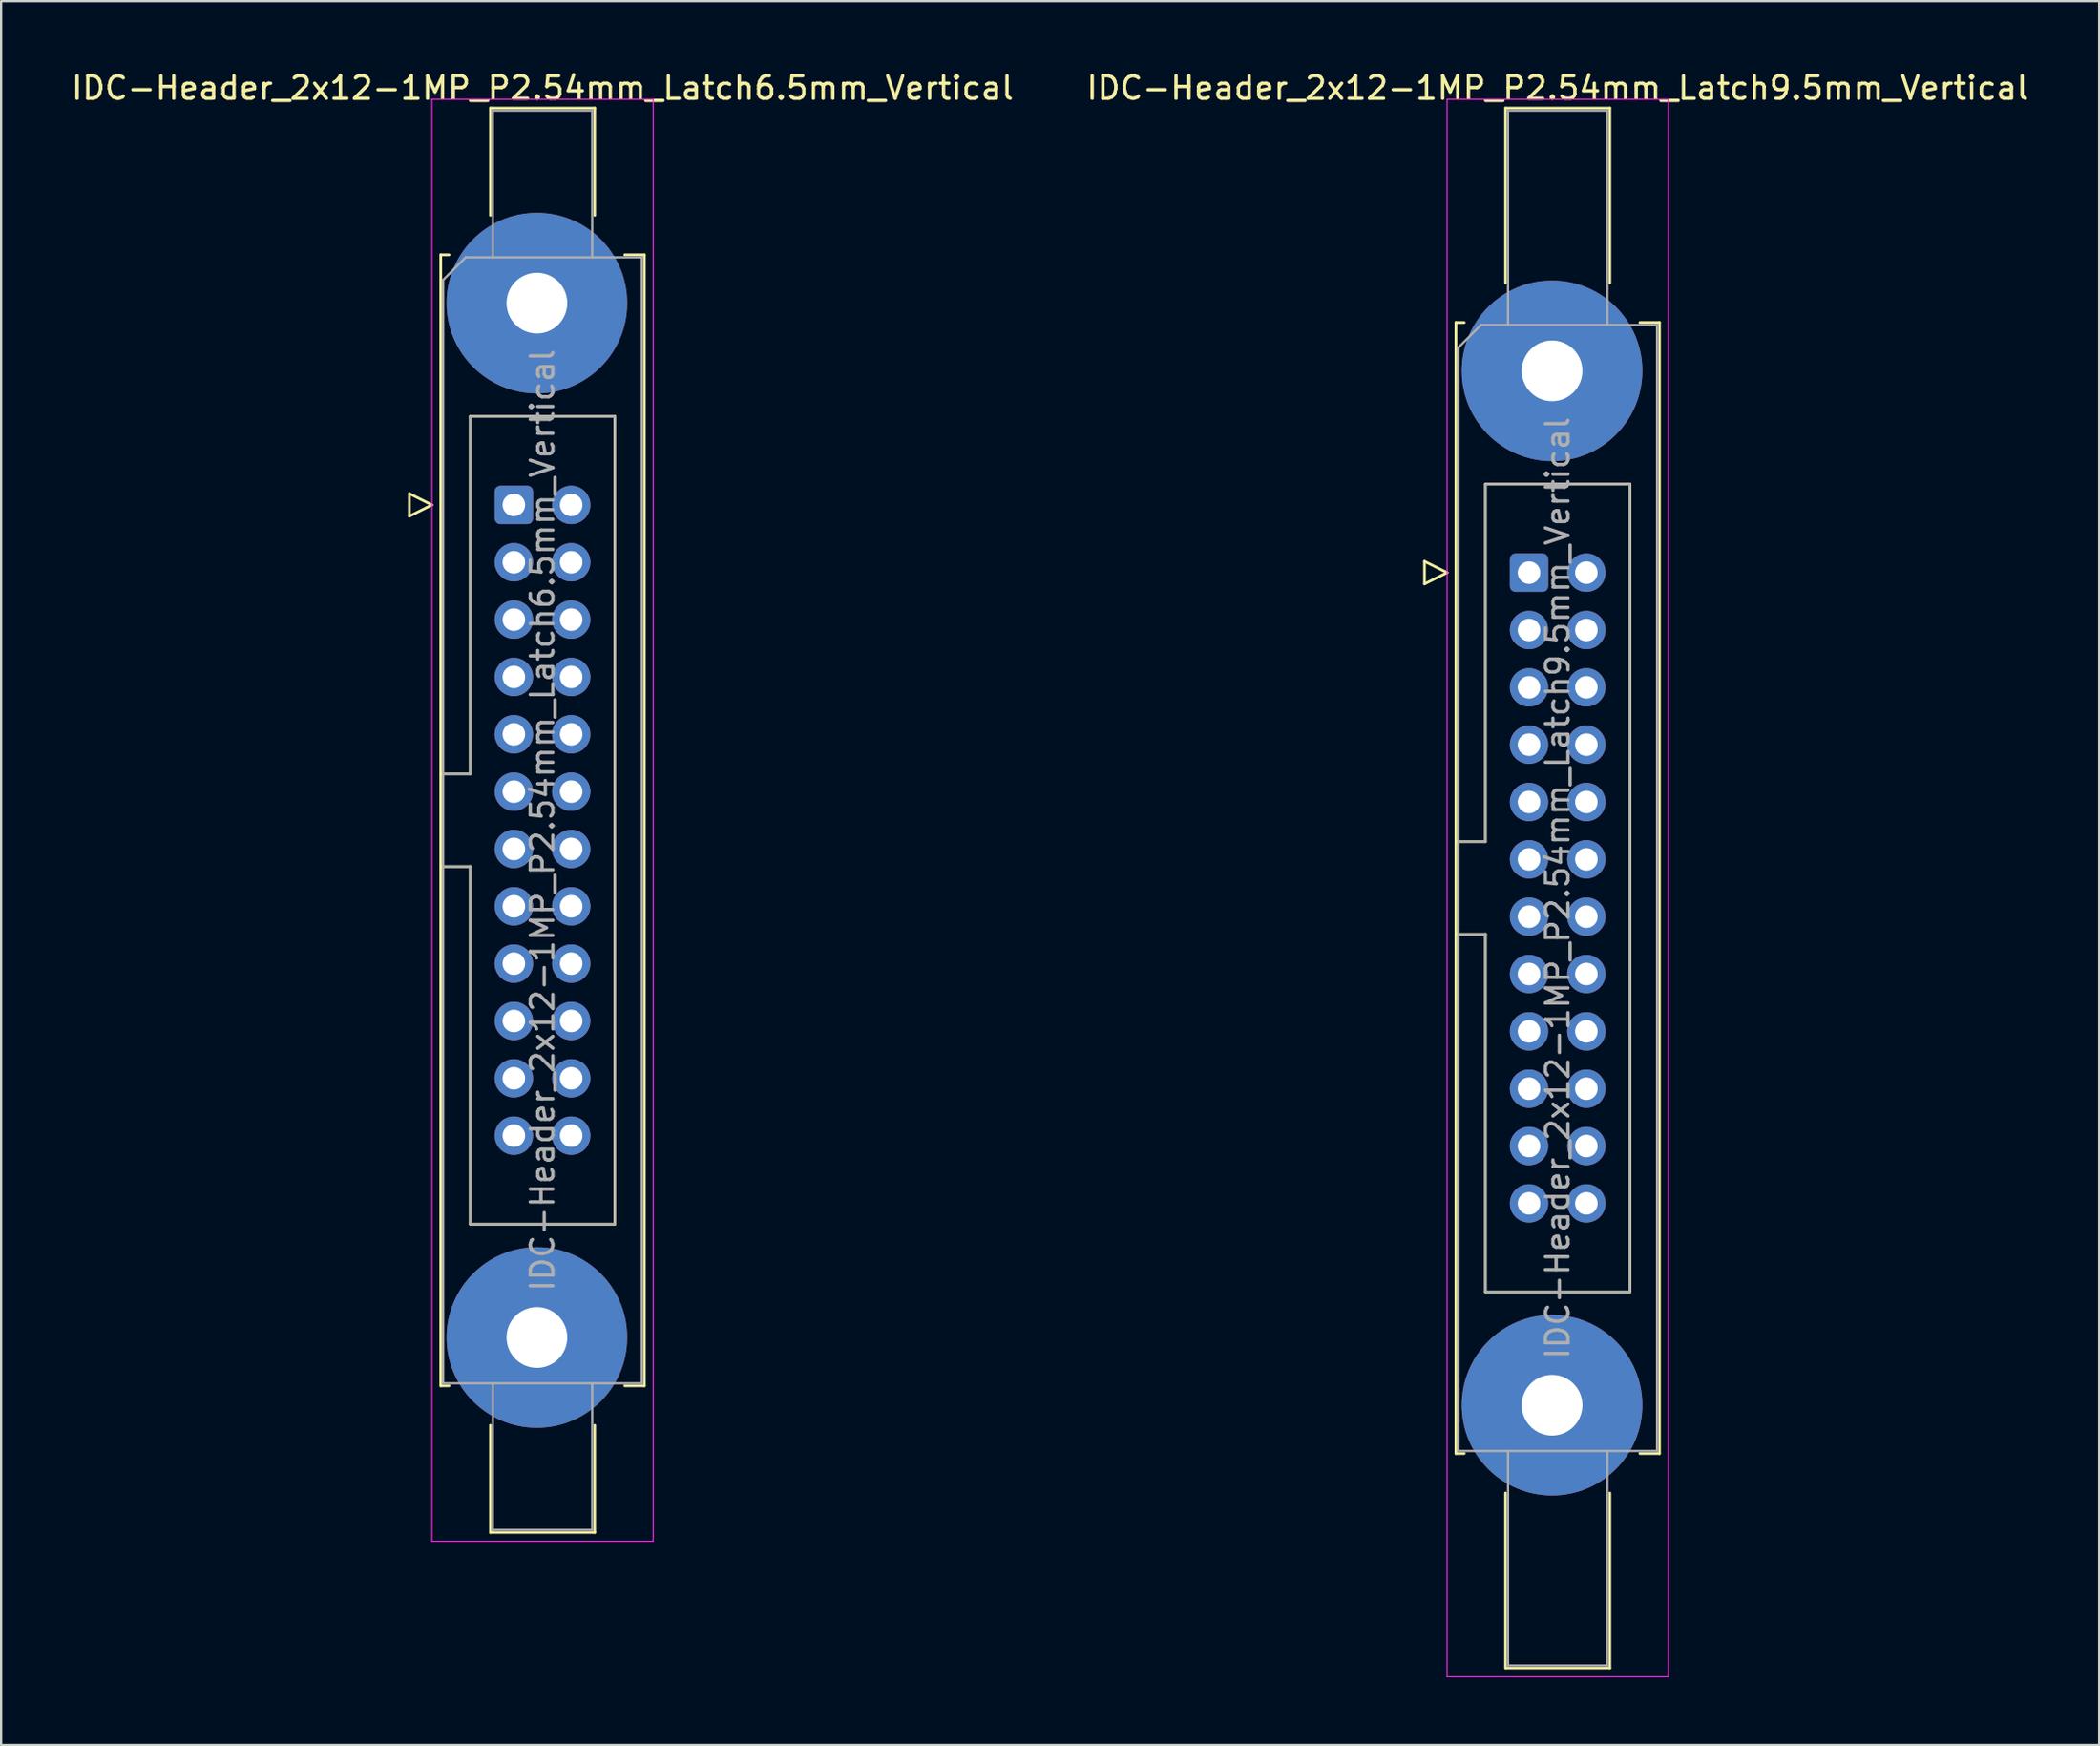
<source format=kicad_pcb>
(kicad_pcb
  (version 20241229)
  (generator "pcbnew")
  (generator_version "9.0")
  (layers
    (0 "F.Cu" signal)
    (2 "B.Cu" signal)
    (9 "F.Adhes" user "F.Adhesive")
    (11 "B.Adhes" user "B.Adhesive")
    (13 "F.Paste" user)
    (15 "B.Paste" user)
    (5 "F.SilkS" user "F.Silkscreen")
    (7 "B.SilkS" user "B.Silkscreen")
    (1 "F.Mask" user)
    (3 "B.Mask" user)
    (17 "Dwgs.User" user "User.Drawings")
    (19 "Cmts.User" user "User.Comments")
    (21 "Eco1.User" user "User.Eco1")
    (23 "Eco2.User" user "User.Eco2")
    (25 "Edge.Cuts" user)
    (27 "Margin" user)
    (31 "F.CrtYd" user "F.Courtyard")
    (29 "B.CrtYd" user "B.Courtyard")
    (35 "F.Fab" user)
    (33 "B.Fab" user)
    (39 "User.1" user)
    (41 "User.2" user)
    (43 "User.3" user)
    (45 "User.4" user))
  (footprint "IDC-Header_2x12-1MP_P2.54mm_Latch9.5mm_Vertical"
    (layer "F.Cu")
    (at 64.676 22.318)
    (property "Reference" "IDC-Header_2x12-1MP_P2.54mm_Latch9.5mm_Vertical" (at 1.27 -21.47 0) (layer "F.SilkS") (effects (font (size 1 1) (thickness 0.15))))
    (attr through_hole)
    (fp_line (start -4.63 -0.5) (end -4.63 0.5) (stroke (width 0.12) (type solid)) (layer "F.SilkS"))
    (fp_line (start -4.63 0.5) (end -3.63 0) (stroke (width 0.12) (type solid)) (layer "F.SilkS"))
    (fp_line (start -3.63 0) (end -4.63 -0.5) (stroke (width 0.12) (type solid)) (layer "F.SilkS"))
    (fp_line (start -3.24 -11.08) (end -3.24 39.02) (stroke (width 0.12) (type solid)) (layer "F.SilkS"))
    (fp_line (start -3.24 11.92) (end -1.93 11.92) (stroke (width 0.12) (type solid)) (layer "F.SilkS"))
    (fp_line (start -3.24 39.02) (end -2.87 39.02) (stroke (width 0.12) (type solid)) (layer "F.SilkS"))
    (fp_line (start -2.87 -11.08) (end -3.24 -11.08) (stroke (width 0.12) (type solid)) (layer "F.SilkS"))
    (fp_line (start -1.93 -3.92) (end 4.47 -3.92) (stroke (width 0.12) (type solid)) (layer "F.SilkS"))
    (fp_line (start -1.93 11.92) (end -1.93 -3.92) (stroke (width 0.12) (type solid)) (layer "F.SilkS"))
    (fp_line (start -1.93 16.02) (end -3.24 16.02) (stroke (width 0.12) (type solid)) (layer "F.SilkS"))
    (fp_line (start -1.93 16.02) (end -1.93 16.02) (stroke (width 0.12) (type solid)) (layer "F.SilkS"))
    (fp_line (start -1.93 31.86) (end -1.93 16.02) (stroke (width 0.12) (type solid)) (layer "F.SilkS"))
    (fp_line (start -1.04 -20.58) (end 3.58 -20.58) (stroke (width 0.12) (type solid)) (layer "F.SilkS"))
    (fp_line (start -1.04 -12.83) (end -1.04 -20.58) (stroke (width 0.12) (type solid)) (layer "F.SilkS"))
    (fp_line (start -1.04 40.77) (end -1.04 48.52) (stroke (width 0.12) (type solid)) (layer "F.SilkS"))
    (fp_line (start -1.04 48.52) (end 3.58 48.52) (stroke (width 0.12) (type solid)) (layer "F.SilkS"))
    (fp_line (start 3.58 -20.58) (end 3.58 -12.83) (stroke (width 0.12) (type solid)) (layer "F.SilkS"))
    (fp_line (start 3.58 48.52) (end 3.58 40.77) (stroke (width 0.12) (type solid)) (layer "F.SilkS"))
    (fp_line (start 4.47 -3.92) (end 4.47 31.86) (stroke (width 0.12) (type solid)) (layer "F.SilkS"))
    (fp_line (start 4.47 31.86) (end -1.93 31.86) (stroke (width 0.12) (type solid)) (layer "F.SilkS"))
    (fp_line (start 4.91 -11.08) (end 5.78 -11.08) (stroke (width 0.12) (type solid)) (layer "F.SilkS"))
    (fp_line (start 5.78 -11.08) (end 5.78 39.02) (stroke (width 0.12) (type solid)) (layer "F.SilkS"))
    (fp_line (start 5.78 39.02) (end 4.91 39.02) (stroke (width 0.12) (type solid)) (layer "F.SilkS"))
    (fp_line (start -3.63 -20.97) (end -3.63 48.91) (stroke (width 0.05) (type solid)) (layer "F.CrtYd"))
    (fp_line (start -3.63 48.91) (end 6.17 48.91) (stroke (width 0.05) (type solid)) (layer "F.CrtYd"))
    (fp_line (start 6.17 -20.97) (end -3.63 -20.97) (stroke (width 0.05) (type solid)) (layer "F.CrtYd"))
    (fp_line (start 6.17 48.91) (end 6.17 -20.97) (stroke (width 0.05) (type solid)) (layer "F.CrtYd"))
    (fp_line (start -3.13 -9.97) (end -2.13 -10.97) (stroke (width 0.1) (type solid)) (layer "F.Fab"))
    (fp_line (start -3.13 11.92) (end -1.93 11.92) (stroke (width 0.1) (type solid)) (layer "F.Fab"))
    (fp_line (start -3.13 38.91) (end -3.13 -9.97) (stroke (width 0.1) (type solid)) (layer "F.Fab"))
    (fp_line (start -2.13 -10.97) (end 5.67 -10.97) (stroke (width 0.1) (type solid)) (layer "F.Fab"))
    (fp_line (start -1.93 -3.92) (end 4.47 -3.92) (stroke (width 0.1) (type solid)) (layer "F.Fab"))
    (fp_line (start -1.93 11.92) (end -1.93 -3.92) (stroke (width 0.1) (type solid)) (layer "F.Fab"))
    (fp_line (start -1.93 16.02) (end -3.13 16.02) (stroke (width 0.1) (type solid)) (layer "F.Fab"))
    (fp_line (start -1.93 16.02) (end -1.93 16.02) (stroke (width 0.1) (type solid)) (layer "F.Fab"))
    (fp_line (start -1.93 31.86) (end -1.93 16.02) (stroke (width 0.1) (type solid)) (layer "F.Fab"))
    (fp_line (start -0.93 -20.47) (end 3.47 -20.47) (stroke (width 0.1) (type solid)) (layer "F.Fab"))
    (fp_line (start -0.93 -10.97) (end -0.93 -20.47) (stroke (width 0.1) (type solid)) (layer "F.Fab"))
    (fp_line (start -0.93 38.91) (end -0.93 48.41) (stroke (width 0.1) (type solid)) (layer "F.Fab"))
    (fp_line (start -0.93 48.41) (end 3.47 48.41) (stroke (width 0.1) (type solid)) (layer "F.Fab"))
    (fp_line (start 3.47 -20.47) (end 3.47 -10.97) (stroke (width 0.1) (type solid)) (layer "F.Fab"))
    (fp_line (start 3.47 48.41) (end 3.47 38.91) (stroke (width 0.1) (type solid)) (layer "F.Fab"))
    (fp_line (start 4.47 -3.92) (end 4.47 31.86) (stroke (width 0.1) (type solid)) (layer "F.Fab"))
    (fp_line (start 4.47 31.86) (end -1.93 31.86) (stroke (width 0.1) (type solid)) (layer "F.Fab"))
    (fp_line (start 5.67 -10.97) (end 5.67 38.91) (stroke (width 0.1) (type solid)) (layer "F.Fab"))
    (fp_line (start 5.67 38.91) (end -3.13 38.91) (stroke (width 0.1) (type solid)) (layer "F.Fab"))
    (fp_text user "${REFERENCE}" (at 1.27 13.97 90) (layer "F.Fab") (effects (font (size 1 1) (thickness 0.15))))
    (pad "1" thru_hole roundrect (at 0 0) (size 1.7 1.7) (drill 1) (layers "*.Cu" "*.Mask") (roundrect_rratio 0.147))
    (pad "2" thru_hole circle (at 2.54 0) (size 1.7 1.7) (drill 1) (layers "*.Cu" "*.Mask"))
    (pad "3" thru_hole circle (at 0 2.54) (size 1.7 1.7) (drill 1) (layers "*.Cu" "*.Mask"))
    (pad "4" thru_hole circle (at 2.54 2.54) (size 1.7 1.7) (drill 1) (layers "*.Cu" "*.Mask"))
    (pad "5" thru_hole circle (at 0 5.08) (size 1.7 1.7) (drill 1) (layers "*.Cu" "*.Mask"))
    (pad "6" thru_hole circle (at 2.54 5.08) (size 1.7 1.7) (drill 1) (layers "*.Cu" "*.Mask"))
    (pad "7" thru_hole circle (at 0 7.62) (size 1.7 1.7) (drill 1) (layers "*.Cu" "*.Mask"))
    (pad "8" thru_hole circle (at 2.54 7.62) (size 1.7 1.7) (drill 1) (layers "*.Cu" "*.Mask"))
    (pad "9" thru_hole circle (at 0 10.16) (size 1.7 1.7) (drill 1) (layers "*.Cu" "*.Mask"))
    (pad "10" thru_hole circle (at 2.54 10.16) (size 1.7 1.7) (drill 1) (layers "*.Cu" "*.Mask"))
    (pad "11" thru_hole circle (at 0 12.7) (size 1.7 1.7) (drill 1) (layers "*.Cu" "*.Mask"))
    (pad "12" thru_hole circle (at 2.54 12.7) (size 1.7 1.7) (drill 1) (layers "*.Cu" "*.Mask"))
    (pad "13" thru_hole circle (at 0 15.24) (size 1.7 1.7) (drill 1) (layers "*.Cu" "*.Mask"))
    (pad "14" thru_hole circle (at 2.54 15.24) (size 1.7 1.7) (drill 1) (layers "*.Cu" "*.Mask"))
    (pad "15" thru_hole circle (at 0 17.78) (size 1.7 1.7) (drill 1) (layers "*.Cu" "*.Mask"))
    (pad "16" thru_hole circle (at 2.54 17.78) (size 1.7 1.7) (drill 1) (layers "*.Cu" "*.Mask"))
    (pad "17" thru_hole circle (at 0 20.32) (size 1.7 1.7) (drill 1) (layers "*.Cu" "*.Mask"))
    (pad "18" thru_hole circle (at 2.54 20.32) (size 1.7 1.7) (drill 1) (layers "*.Cu" "*.Mask"))
    (pad "19" thru_hole circle (at 0 22.86) (size 1.7 1.7) (drill 1) (layers "*.Cu" "*.Mask"))
    (pad "20" thru_hole circle (at 2.54 22.86) (size 1.7 1.7) (drill 1) (layers "*.Cu" "*.Mask"))
    (pad "21" thru_hole circle (at 0 25.4) (size 1.7 1.7) (drill 1) (layers "*.Cu" "*.Mask"))
    (pad "22" thru_hole circle (at 2.54 25.4) (size 1.7 1.7) (drill 1) (layers "*.Cu" "*.Mask"))
    (pad "23" thru_hole circle (at 0 27.94) (size 1.7 1.7) (drill 1) (layers "*.Cu" "*.Mask"))
    (pad "24" thru_hole circle (at 2.54 27.94) (size 1.7 1.7) (drill 1) (layers "*.Cu" "*.Mask"))
    (pad "MP" thru_hole circle (at 1.02 -8.94) (size 8 8) (drill 2.69) (layers "*.Cu" "*.Mask"))
    (pad "MP" thru_hole circle (at 1.02 36.88) (size 8 8) (drill 2.69) (layers "*.Cu" "*.Mask")))
  (footprint "IDC-Header_2x12-1MP_P2.54mm_Latch6.5mm_Vertical"
    (layer "F.Cu")
    (at 19.712 19.318)
    (property "Reference" "IDC-Header_2x12-1MP_P2.54mm_Latch6.5mm_Vertical" (at 1.27 -18.47 0) (layer "F.SilkS") (effects (font (size 1 1) (thickness 0.15))))
    (attr through_hole)
    (fp_line (start -4.63 -0.5) (end -4.63 0.5) (stroke (width 0.12) (type solid)) (layer "F.SilkS"))
    (fp_line (start -4.63 0.5) (end -3.63 0) (stroke (width 0.12) (type solid)) (layer "F.SilkS"))
    (fp_line (start -3.63 0) (end -4.63 -0.5) (stroke (width 0.12) (type solid)) (layer "F.SilkS"))
    (fp_line (start -3.24 -11.08) (end -3.24 39.02) (stroke (width 0.12) (type solid)) (layer "F.SilkS"))
    (fp_line (start -3.24 11.92) (end -1.93 11.92) (stroke (width 0.12) (type solid)) (layer "F.SilkS"))
    (fp_line (start -3.24 39.02) (end -2.87 39.02) (stroke (width 0.12) (type solid)) (layer "F.SilkS"))
    (fp_line (start -2.87 -11.08) (end -3.24 -11.08) (stroke (width 0.12) (type solid)) (layer "F.SilkS"))
    (fp_line (start -1.93 -3.92) (end 4.47 -3.92) (stroke (width 0.12) (type solid)) (layer "F.SilkS"))
    (fp_line (start -1.93 11.92) (end -1.93 -3.92) (stroke (width 0.12) (type solid)) (layer "F.SilkS"))
    (fp_line (start -1.93 16.02) (end -3.24 16.02) (stroke (width 0.12) (type solid)) (layer "F.SilkS"))
    (fp_line (start -1.93 16.02) (end -1.93 16.02) (stroke (width 0.12) (type solid)) (layer "F.SilkS"))
    (fp_line (start -1.93 31.86) (end -1.93 16.02) (stroke (width 0.12) (type solid)) (layer "F.SilkS"))
    (fp_line (start -1.04 -17.58) (end 3.58 -17.58) (stroke (width 0.12) (type solid)) (layer "F.SilkS"))
    (fp_line (start -1.04 -12.83) (end -1.04 -17.58) (stroke (width 0.12) (type solid)) (layer "F.SilkS"))
    (fp_line (start -1.04 40.77) (end -1.04 45.52) (stroke (width 0.12) (type solid)) (layer "F.SilkS"))
    (fp_line (start -1.04 45.52) (end 3.58 45.52) (stroke (width 0.12) (type solid)) (layer "F.SilkS"))
    (fp_line (start 3.58 -17.58) (end 3.58 -12.83) (stroke (width 0.12) (type solid)) (layer "F.SilkS"))
    (fp_line (start 3.58 45.52) (end 3.58 40.77) (stroke (width 0.12) (type solid)) (layer "F.SilkS"))
    (fp_line (start 4.47 -3.92) (end 4.47 31.86) (stroke (width 0.12) (type solid)) (layer "F.SilkS"))
    (fp_line (start 4.47 31.86) (end -1.93 31.86) (stroke (width 0.12) (type solid)) (layer "F.SilkS"))
    (fp_line (start 4.91 -11.08) (end 5.78 -11.08) (stroke (width 0.12) (type solid)) (layer "F.SilkS"))
    (fp_line (start 5.78 -11.08) (end 5.78 39.02) (stroke (width 0.12) (type solid)) (layer "F.SilkS"))
    (fp_line (start 5.78 39.02) (end 4.91 39.02) (stroke (width 0.12) (type solid)) (layer "F.SilkS"))
    (fp_line (start -3.63 -17.97) (end -3.63 45.91) (stroke (width 0.05) (type solid)) (layer "F.CrtYd"))
    (fp_line (start -3.63 45.91) (end 6.17 45.91) (stroke (width 0.05) (type solid)) (layer "F.CrtYd"))
    (fp_line (start 6.17 -17.97) (end -3.63 -17.97) (stroke (width 0.05) (type solid)) (layer "F.CrtYd"))
    (fp_line (start 6.17 45.91) (end 6.17 -17.97) (stroke (width 0.05) (type solid)) (layer "F.CrtYd"))
    (fp_line (start -3.13 -9.97) (end -2.13 -10.97) (stroke (width 0.1) (type solid)) (layer "F.Fab"))
    (fp_line (start -3.13 11.92) (end -1.93 11.92) (stroke (width 0.1) (type solid)) (layer "F.Fab"))
    (fp_line (start -3.13 38.91) (end -3.13 -9.97) (stroke (width 0.1) (type solid)) (layer "F.Fab"))
    (fp_line (start -2.13 -10.97) (end 5.67 -10.97) (stroke (width 0.1) (type solid)) (layer "F.Fab"))
    (fp_line (start -1.93 -3.92) (end 4.47 -3.92) (stroke (width 0.1) (type solid)) (layer "F.Fab"))
    (fp_line (start -1.93 11.92) (end -1.93 -3.92) (stroke (width 0.1) (type solid)) (layer "F.Fab"))
    (fp_line (start -1.93 16.02) (end -3.13 16.02) (stroke (width 0.1) (type solid)) (layer "F.Fab"))
    (fp_line (start -1.93 16.02) (end -1.93 16.02) (stroke (width 0.1) (type solid)) (layer "F.Fab"))
    (fp_line (start -1.93 31.86) (end -1.93 16.02) (stroke (width 0.1) (type solid)) (layer "F.Fab"))
    (fp_line (start -0.93 -17.47) (end 3.47 -17.47) (stroke (width 0.1) (type solid)) (layer "F.Fab"))
    (fp_line (start -0.93 -10.97) (end -0.93 -17.47) (stroke (width 0.1) (type solid)) (layer "F.Fab"))
    (fp_line (start -0.93 38.91) (end -0.93 45.41) (stroke (width 0.1) (type solid)) (layer "F.Fab"))
    (fp_line (start -0.93 45.41) (end 3.47 45.41) (stroke (width 0.1) (type solid)) (layer "F.Fab"))
    (fp_line (start 3.47 -17.47) (end 3.47 -10.97) (stroke (width 0.1) (type solid)) (layer "F.Fab"))
    (fp_line (start 3.47 45.41) (end 3.47 38.91) (stroke (width 0.1) (type solid)) (layer "F.Fab"))
    (fp_line (start 4.47 -3.92) (end 4.47 31.86) (stroke (width 0.1) (type solid)) (layer "F.Fab"))
    (fp_line (start 4.47 31.86) (end -1.93 31.86) (stroke (width 0.1) (type solid)) (layer "F.Fab"))
    (fp_line (start 5.67 -10.97) (end 5.67 38.91) (stroke (width 0.1) (type solid)) (layer "F.Fab"))
    (fp_line (start 5.67 38.91) (end -3.13 38.91) (stroke (width 0.1) (type solid)) (layer "F.Fab"))
    (fp_text user "${REFERENCE}" (at 1.27 13.97 90) (layer "F.Fab") (effects (font (size 1 1) (thickness 0.15))))
    (pad "1" thru_hole roundrect (at 0 0) (size 1.7 1.7) (drill 1) (layers "*.Cu" "*.Mask") (roundrect_rratio 0.147))
    (pad "2" thru_hole circle (at 2.54 0) (size 1.7 1.7) (drill 1) (layers "*.Cu" "*.Mask"))
    (pad "3" thru_hole circle (at 0 2.54) (size 1.7 1.7) (drill 1) (layers "*.Cu" "*.Mask"))
    (pad "4" thru_hole circle (at 2.54 2.54) (size 1.7 1.7) (drill 1) (layers "*.Cu" "*.Mask"))
    (pad "5" thru_hole circle (at 0 5.08) (size 1.7 1.7) (drill 1) (layers "*.Cu" "*.Mask"))
    (pad "6" thru_hole circle (at 2.54 5.08) (size 1.7 1.7) (drill 1) (layers "*.Cu" "*.Mask"))
    (pad "7" thru_hole circle (at 0 7.62) (size 1.7 1.7) (drill 1) (layers "*.Cu" "*.Mask"))
    (pad "8" thru_hole circle (at 2.54 7.62) (size 1.7 1.7) (drill 1) (layers "*.Cu" "*.Mask"))
    (pad "9" thru_hole circle (at 0 10.16) (size 1.7 1.7) (drill 1) (layers "*.Cu" "*.Mask"))
    (pad "10" thru_hole circle (at 2.54 10.16) (size 1.7 1.7) (drill 1) (layers "*.Cu" "*.Mask"))
    (pad "11" thru_hole circle (at 0 12.7) (size 1.7 1.7) (drill 1) (layers "*.Cu" "*.Mask"))
    (pad "12" thru_hole circle (at 2.54 12.7) (size 1.7 1.7) (drill 1) (layers "*.Cu" "*.Mask"))
    (pad "13" thru_hole circle (at 0 15.24) (size 1.7 1.7) (drill 1) (layers "*.Cu" "*.Mask"))
    (pad "14" thru_hole circle (at 2.54 15.24) (size 1.7 1.7) (drill 1) (layers "*.Cu" "*.Mask"))
    (pad "15" thru_hole circle (at 0 17.78) (size 1.7 1.7) (drill 1) (layers "*.Cu" "*.Mask"))
    (pad "16" thru_hole circle (at 2.54 17.78) (size 1.7 1.7) (drill 1) (layers "*.Cu" "*.Mask"))
    (pad "17" thru_hole circle (at 0 20.32) (size 1.7 1.7) (drill 1) (layers "*.Cu" "*.Mask"))
    (pad "18" thru_hole circle (at 2.54 20.32) (size 1.7 1.7) (drill 1) (layers "*.Cu" "*.Mask"))
    (pad "19" thru_hole circle (at 0 22.86) (size 1.7 1.7) (drill 1) (layers "*.Cu" "*.Mask"))
    (pad "20" thru_hole circle (at 2.54 22.86) (size 1.7 1.7) (drill 1) (layers "*.Cu" "*.Mask"))
    (pad "21" thru_hole circle (at 0 25.4) (size 1.7 1.7) (drill 1) (layers "*.Cu" "*.Mask"))
    (pad "22" thru_hole circle (at 2.54 25.4) (size 1.7 1.7) (drill 1) (layers "*.Cu" "*.Mask"))
    (pad "23" thru_hole circle (at 0 27.94) (size 1.7 1.7) (drill 1) (layers "*.Cu" "*.Mask"))
    (pad "24" thru_hole circle (at 2.54 27.94) (size 1.7 1.7) (drill 1) (layers "*.Cu" "*.Mask"))
    (pad "MP" thru_hole circle (at 1.02 -8.94) (size 8 8) (drill 2.69) (layers "*.Cu" "*.Mask"))
    (pad "MP" thru_hole circle (at 1.02 36.88) (size 8 8) (drill 2.69) (layers "*.Cu" "*.Mask")))
  (gr_rect
    (start -3 -3)
    (end 89.929 74.253)
    (stroke (width 0.1) (type default))
    (fill no)
    (layer "Edge.Cuts")))
</source>
